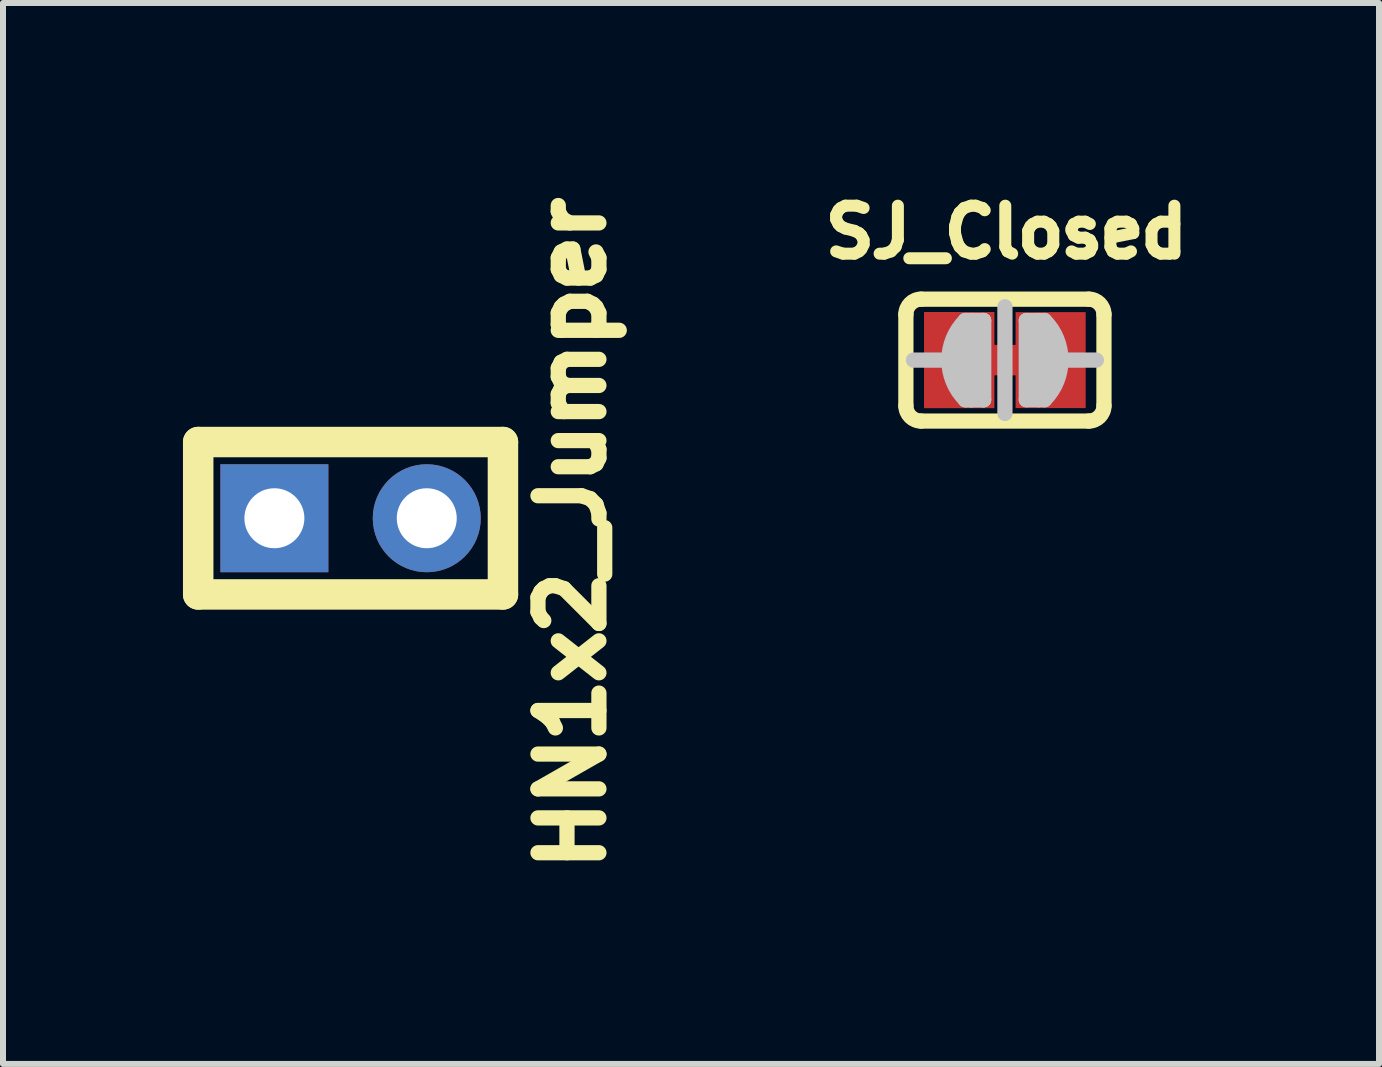
<source format=kicad_pcb>
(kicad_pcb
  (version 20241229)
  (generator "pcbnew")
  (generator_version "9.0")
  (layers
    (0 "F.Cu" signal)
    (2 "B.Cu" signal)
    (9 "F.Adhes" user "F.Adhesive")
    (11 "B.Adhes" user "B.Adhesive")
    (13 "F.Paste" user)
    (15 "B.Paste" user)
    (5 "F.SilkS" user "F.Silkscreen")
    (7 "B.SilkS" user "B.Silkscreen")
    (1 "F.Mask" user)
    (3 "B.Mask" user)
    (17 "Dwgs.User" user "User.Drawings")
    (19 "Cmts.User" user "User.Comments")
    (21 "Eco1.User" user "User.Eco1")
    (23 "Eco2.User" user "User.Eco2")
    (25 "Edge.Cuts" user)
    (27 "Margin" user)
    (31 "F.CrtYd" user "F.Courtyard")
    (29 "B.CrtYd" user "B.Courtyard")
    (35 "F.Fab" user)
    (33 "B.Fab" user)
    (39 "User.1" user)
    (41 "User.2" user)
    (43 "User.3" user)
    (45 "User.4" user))
  (footprint "SJ_Closed"
    (layer "F.Cu")
    (at 13.702 2.953)
    (property "Reference" "SJ_Closed" (at 0.025 -2.134 0) (layer "F.SilkS") (effects (font (size 0.8 0.8) (thickness 0.2))))
    (attr smd)
    (fp_line (start 0.762 0) (end -0.762 0) (stroke (width 0.508) (type solid)) (layer "F.Cu"))
    (fp_line (start -1.651 0.762) (end -1.651 -0.762) (stroke (width 0.254) (type solid)) (layer "F.SilkS"))
    (fp_line (start -1.397 -1.016) (end 1.397 -1.016) (stroke (width 0.254) (type solid)) (layer "F.SilkS"))
    (fp_line (start 1.397 1.016) (end -1.397 1.016) (stroke (width 0.254) (type solid)) (layer "F.SilkS"))
    (fp_line (start 1.651 0.762) (end 1.651 -0.762) (stroke (width 0.254) (type solid)) (layer "F.SilkS"))
    (fp_arc (start -1.651 -0.762) (mid -1.576605 -0.941605) (end -1.397 -1.016) (stroke (width 0.254) (type solid)) (layer "F.SilkS"))
    (fp_arc (start -1.397 1.016) (mid -1.576605 0.941605) (end -1.651 0.762) (stroke (width 0.254) (type solid)) (layer "F.SilkS"))
    (fp_arc (start 1.397 -1.016) (mid 1.576605 -0.941605) (end 1.651 -0.762) (stroke (width 0.254) (type solid)) (layer "F.SilkS"))
    (fp_arc (start 1.651 0.762) (mid 1.576605 0.941605) (end 1.397 1.016) (stroke (width 0.254) (type solid)) (layer "F.SilkS"))
    (fp_line (start -1.016 0) (end -1.524 0) (stroke (width 0.254) (type solid)) (layer "Dwgs.User"))
    (fp_line (start -0.711 0.559) (end -0.711 -0.457) (stroke (width 0.254) (type solid)) (layer "Dwgs.User"))
    (fp_line (start -0.711 0.559) (end -0.711 -0.457) (stroke (width 0.254) (type solid)) (layer "Dwgs.User"))
    (fp_line (start -0.66 -0.66) (end -0.356 -0.66) (stroke (width 0.254) (type solid)) (layer "Dwgs.User"))
    (fp_line (start -0.66 -0.66) (end -0.356 -0.66) (stroke (width 0.254) (type solid)) (layer "Dwgs.User"))
    (fp_line (start -0.559 0.66) (end -0.559 -0.66) (stroke (width 0.254) (type solid)) (layer "Dwgs.User"))
    (fp_line (start -0.559 0.66) (end -0.559 -0.66) (stroke (width 0.254) (type solid)) (layer "Dwgs.User"))
    (fp_line (start -0.356 -0.66) (end -0.356 0.66) (stroke (width 0.254) (type solid)) (layer "Dwgs.User"))
    (fp_line (start -0.356 -0.66) (end -0.356 0.66) (stroke (width 0.254) (type solid)) (layer "Dwgs.User"))
    (fp_line (start -0.356 0.66) (end -0.66 0.66) (stroke (width 0.254) (type solid)) (layer "Dwgs.User"))
    (fp_line (start -0.356 0.66) (end -0.66 0.66) (stroke (width 0.254) (type solid)) (layer "Dwgs.User"))
    (fp_line (start 0 -0.889) (end 0 0.889) (stroke (width 0.254) (type solid)) (layer "Dwgs.User"))
    (fp_line (start 0.356 -0.66) (end 0.356 0.66) (stroke (width 0.254) (type solid)) (layer "Dwgs.User"))
    (fp_line (start 0.356 -0.66) (end 0.66 -0.66) (stroke (width 0.254) (type solid)) (layer "Dwgs.User"))
    (fp_line (start 0.356 0.66) (end 0.66 0.66) (stroke (width 0.254) (type solid)) (layer "Dwgs.User"))
    (fp_line (start 0.559 -0.66) (end 0.559 0.66) (stroke (width 0.254) (type solid)) (layer "Dwgs.User"))
    (fp_line (start 0.737 0.508) (end 0.737 -0.508) (stroke (width 0.254) (type solid)) (layer "Dwgs.User"))
    (fp_line (start 1.016 0) (end 1.524 0) (stroke (width 0.254) (type solid)) (layer "Dwgs.User"))
    (fp_arc (start -0.6604 0.6604) (mid -0.933947 0) (end -0.6604 -0.6604) (stroke (width 0.254) (type solid)) (layer "Dwgs.User"))
    (fp_arc (start 0.6604 -0.6604) (mid 0.933947 0) (end 0.6604 0.6604) (stroke (width 0.254) (type solid)) (layer "Dwgs.User"))
    (pad "1" smd rect (at -0.762 0) (size 1.168 1.6) (layers "F.Cu" "F.Mask"))
    (pad "1" smd rect (at -0.762 0) (size 1.168 1.6) (layers "F.Cu" "F.Mask"))
    (pad "2" smd rect (at 0.762 0) (size 1.168 1.6) (layers "F.Cu" "F.Mask")))
  (footprint "HN1x2_Jumper"
    (layer "F.Cu")
    (at 2.794 5.589)
    (property "Reference" "HN1x2_Jumper" (at 3.683 0.254 90) (layer "F.SilkS") (effects (font (size 1.016 1.016) (thickness 0.254))))
    (attr smd)
    (fp_line (start -2.54 -1.27) (end 2.54 -1.27) (stroke (width 0.508) (type solid)) (layer "F.SilkS"))
    (fp_line (start -2.54 1.27) (end -2.54 -1.27) (stroke (width 0.508) (type solid)) (layer "F.SilkS"))
    (fp_line (start 2.54 -1.27) (end 2.54 1.27) (stroke (width 0.508) (type solid)) (layer "F.SilkS"))
    (fp_line (start 2.54 1.27) (end -2.54 1.27) (stroke (width 0.508) (type solid)) (layer "F.SilkS"))
    (pad "1" thru_hole rect (at -1.27 0 90) (size 1.8 1.8) (drill 1) (layers "*.Cu" "*.Mask"))
    (pad "2" thru_hole circle (at 1.27 0 90) (size 1.8 1.8) (drill 1) (layers "*.Cu" "*.Mask")))
  (gr_rect
    (start -3 -3)
    (end 19.938 14.686)
    (stroke (width 0.1) (type default))
    (fill no)
    (layer "Edge.Cuts")))
</source>
